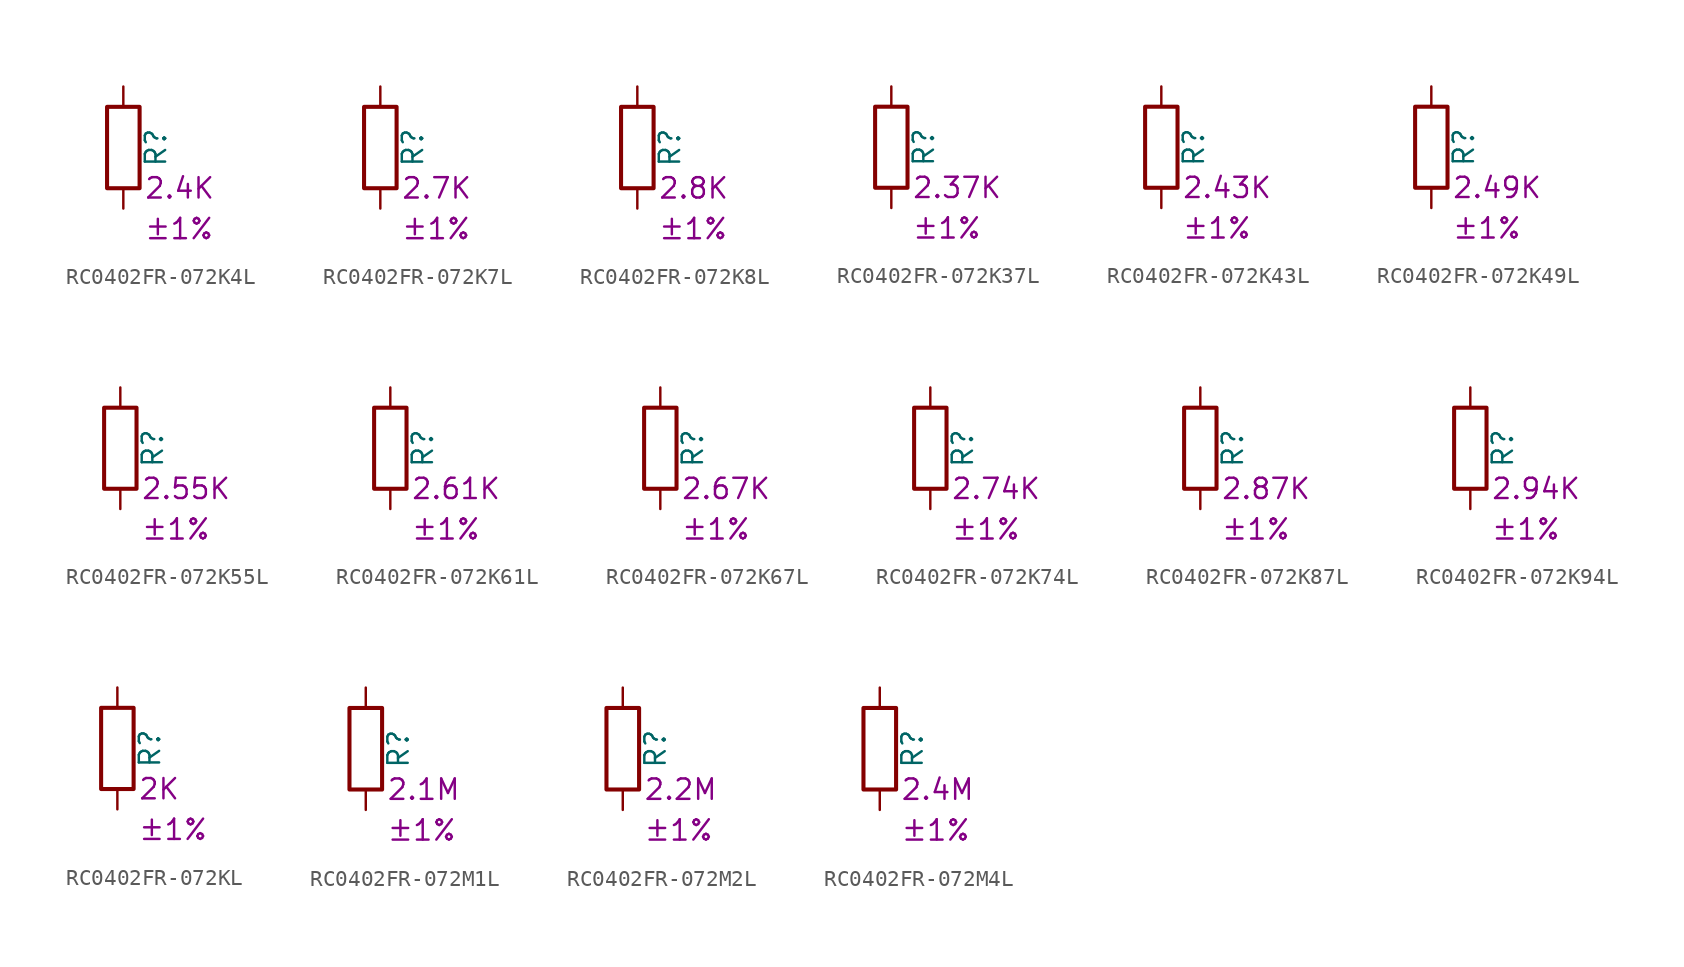
<source format=kicad_sym>
(kicad_symbol_lib
  (version 20220914)
  (generator kicad_symbol_editor)
  (symbol "RC0402FR-072K4L"
    (pin_numbers hide)
    (pin_names
      (offset 0))
    (property "Reference" "R"
      (at 2.032 0 90)
      (effects (font (size 1.27 1.27))))
    (property "Resistance" "2.4K"
      (at 1.27 -2.54 0)
      (effects (font (size 1.27 1.27)) (justify left)))
    (property "Tolerance" "±1%"
      (at 1.27 -5.08 0)
      (effects (font (size 1.27 1.27)) (justify left)))
    (symbol "RC0402FR-072K4L_0_1"
      (rectangle (start -1.016 -2.54) (end 1.016 2.54) (stroke (width 0.254) (type default)) (fill (type none))))
    (symbol "RC0402FR-072K4L_1_1"
      (pin passive line (at 0 3.81 270) (length 1.27) (name "~" (effects (font (size 1.27 1.27)))) (number "1" (effects (font (size 1.27 1.27)))))
      (pin passive line (at 0 -3.81 90) (length 1.27) (name "~" (effects (font (size 1.27 1.27)))) (number "2" (effects (font (size 1.27 1.27)))))))
  (symbol "RC0402FR-072K7L"
    (pin_numbers hide)
    (pin_names
      (offset 0))
    (property "Reference" "R"
      (at 2.032 0 90)
      (effects (font (size 1.27 1.27))))
    (property "Resistance" "2.7K"
      (at 1.27 -2.54 0)
      (effects (font (size 1.27 1.27)) (justify left)))
    (property "Tolerance" "±1%"
      (at 1.27 -5.08 0)
      (effects (font (size 1.27 1.27)) (justify left)))
    (symbol "RC0402FR-072K7L_0_1"
      (rectangle (start -1.016 -2.54) (end 1.016 2.54) (stroke (width 0.254) (type default)) (fill (type none))))
    (symbol "RC0402FR-072K7L_1_1"
      (pin passive line (at 0 3.81 270) (length 1.27) (name "~" (effects (font (size 1.27 1.27)))) (number "1" (effects (font (size 1.27 1.27)))))
      (pin passive line (at 0 -3.81 90) (length 1.27) (name "~" (effects (font (size 1.27 1.27)))) (number "2" (effects (font (size 1.27 1.27)))))))
  (symbol "RC0402FR-072K8L"
    (pin_numbers hide)
    (pin_names
      (offset 0))
    (property "Reference" "R"
      (at 2.032 0 90)
      (effects (font (size 1.27 1.27))))
    (property "Resistance" "2.8K"
      (at 1.27 -2.54 0)
      (effects (font (size 1.27 1.27)) (justify left)))
    (property "Tolerance" "±1%"
      (at 1.27 -5.08 0)
      (effects (font (size 1.27 1.27)) (justify left)))
    (symbol "RC0402FR-072K8L_0_1"
      (rectangle (start -1.016 -2.54) (end 1.016 2.54) (stroke (width 0.254) (type default)) (fill (type none))))
    (symbol "RC0402FR-072K8L_1_1"
      (pin passive line (at 0 3.81 270) (length 1.27) (name "~" (effects (font (size 1.27 1.27)))) (number "1" (effects (font (size 1.27 1.27)))))
      (pin passive line (at 0 -3.81 90) (length 1.27) (name "~" (effects (font (size 1.27 1.27)))) (number "2" (effects (font (size 1.27 1.27)))))))
  (symbol "RC0402FR-072K37L"
    (pin_numbers hide)
    (pin_names
      (offset 0))
    (property "Reference" "R"
      (at 2.032 0 90)
      (effects (font (size 1.27 1.27))))
    (property "Resistance" "2.37K"
      (at 1.27 -2.54 0)
      (effects (font (size 1.27 1.27)) (justify left)))
    (property "Tolerance" "±1%"
      (at 1.27 -5.08 0)
      (effects (font (size 1.27 1.27)) (justify left)))
    (symbol "RC0402FR-072K37L_0_1"
      (rectangle (start -1.016 -2.54) (end 1.016 2.54) (stroke (width 0.254) (type default)) (fill (type none))))
    (symbol "RC0402FR-072K37L_1_1"
      (pin passive line (at 0 3.81 270) (length 1.27) (name "~" (effects (font (size 1.27 1.27)))) (number "1" (effects (font (size 1.27 1.27)))))
      (pin passive line (at 0 -3.81 90) (length 1.27) (name "~" (effects (font (size 1.27 1.27)))) (number "2" (effects (font (size 1.27 1.27)))))))
  (symbol "RC0402FR-072K43L"
    (pin_numbers hide)
    (pin_names
      (offset 0))
    (property "Reference" "R"
      (at 2.032 0 90)
      (effects (font (size 1.27 1.27))))
    (property "Resistance" "2.43K"
      (at 1.27 -2.54 0)
      (effects (font (size 1.27 1.27)) (justify left)))
    (property "Tolerance" "±1%"
      (at 1.27 -5.08 0)
      (effects (font (size 1.27 1.27)) (justify left)))
    (symbol "RC0402FR-072K43L_0_1"
      (rectangle (start -1.016 -2.54) (end 1.016 2.54) (stroke (width 0.254) (type default)) (fill (type none))))
    (symbol "RC0402FR-072K43L_1_1"
      (pin passive line (at 0 3.81 270) (length 1.27) (name "~" (effects (font (size 1.27 1.27)))) (number "1" (effects (font (size 1.27 1.27)))))
      (pin passive line (at 0 -3.81 90) (length 1.27) (name "~" (effects (font (size 1.27 1.27)))) (number "2" (effects (font (size 1.27 1.27)))))))
  (symbol "RC0402FR-072K49L"
    (pin_numbers hide)
    (pin_names
      (offset 0))
    (property "Reference" "R"
      (at 2.032 0 90)
      (effects (font (size 1.27 1.27))))
    (property "Resistance" "2.49K"
      (at 1.27 -2.54 0)
      (effects (font (size 1.27 1.27)) (justify left)))
    (property "Tolerance" "±1%"
      (at 1.27 -5.08 0)
      (effects (font (size 1.27 1.27)) (justify left)))
    (symbol "RC0402FR-072K49L_0_1"
      (rectangle (start -1.016 -2.54) (end 1.016 2.54) (stroke (width 0.254) (type default)) (fill (type none))))
    (symbol "RC0402FR-072K49L_1_1"
      (pin passive line (at 0 3.81 270) (length 1.27) (name "~" (effects (font (size 1.27 1.27)))) (number "1" (effects (font (size 1.27 1.27)))))
      (pin passive line (at 0 -3.81 90) (length 1.27) (name "~" (effects (font (size 1.27 1.27)))) (number "2" (effects (font (size 1.27 1.27)))))))
  (symbol "RC0402FR-072K55L"
    (pin_numbers hide)
    (pin_names
      (offset 0))
    (property "Reference" "R"
      (at 2.032 0 90)
      (effects (font (size 1.27 1.27))))
    (property "Resistance" "2.55K"
      (at 1.27 -2.54 0)
      (effects (font (size 1.27 1.27)) (justify left)))
    (property "Tolerance" "±1%"
      (at 1.27 -5.08 0)
      (effects (font (size 1.27 1.27)) (justify left)))
    (symbol "RC0402FR-072K55L_0_1"
      (rectangle (start -1.016 -2.54) (end 1.016 2.54) (stroke (width 0.254) (type default)) (fill (type none))))
    (symbol "RC0402FR-072K55L_1_1"
      (pin passive line (at 0 3.81 270) (length 1.27) (name "~" (effects (font (size 1.27 1.27)))) (number "1" (effects (font (size 1.27 1.27)))))
      (pin passive line (at 0 -3.81 90) (length 1.27) (name "~" (effects (font (size 1.27 1.27)))) (number "2" (effects (font (size 1.27 1.27)))))))
  (symbol "RC0402FR-072K61L"
    (pin_numbers hide)
    (pin_names
      (offset 0))
    (property "Reference" "R"
      (at 2.032 0 90)
      (effects (font (size 1.27 1.27))))
    (property "Resistance" "2.61K"
      (at 1.27 -2.54 0)
      (effects (font (size 1.27 1.27)) (justify left)))
    (property "Tolerance" "±1%"
      (at 1.27 -5.08 0)
      (effects (font (size 1.27 1.27)) (justify left)))
    (symbol "RC0402FR-072K61L_0_1"
      (rectangle (start -1.016 -2.54) (end 1.016 2.54) (stroke (width 0.254) (type default)) (fill (type none))))
    (symbol "RC0402FR-072K61L_1_1"
      (pin passive line (at 0 3.81 270) (length 1.27) (name "~" (effects (font (size 1.27 1.27)))) (number "1" (effects (font (size 1.27 1.27)))))
      (pin passive line (at 0 -3.81 90) (length 1.27) (name "~" (effects (font (size 1.27 1.27)))) (number "2" (effects (font (size 1.27 1.27)))))))
  (symbol "RC0402FR-072K67L"
    (pin_numbers hide)
    (pin_names
      (offset 0))
    (property "Reference" "R"
      (at 2.032 0 90)
      (effects (font (size 1.27 1.27))))
    (property "Resistance" "2.67K"
      (at 1.27 -2.54 0)
      (effects (font (size 1.27 1.27)) (justify left)))
    (property "Tolerance" "±1%"
      (at 1.27 -5.08 0)
      (effects (font (size 1.27 1.27)) (justify left)))
    (symbol "RC0402FR-072K67L_0_1"
      (rectangle (start -1.016 -2.54) (end 1.016 2.54) (stroke (width 0.254) (type default)) (fill (type none))))
    (symbol "RC0402FR-072K67L_1_1"
      (pin passive line (at 0 3.81 270) (length 1.27) (name "~" (effects (font (size 1.27 1.27)))) (number "1" (effects (font (size 1.27 1.27)))))
      (pin passive line (at 0 -3.81 90) (length 1.27) (name "~" (effects (font (size 1.27 1.27)))) (number "2" (effects (font (size 1.27 1.27)))))))
  (symbol "RC0402FR-072K74L"
    (pin_numbers hide)
    (pin_names
      (offset 0))
    (property "Reference" "R"
      (at 2.032 0 90)
      (effects (font (size 1.27 1.27))))
    (property "Resistance" "2.74K"
      (at 1.27 -2.54 0)
      (effects (font (size 1.27 1.27)) (justify left)))
    (property "Tolerance" "±1%"
      (at 1.27 -5.08 0)
      (effects (font (size 1.27 1.27)) (justify left)))
    (symbol "RC0402FR-072K74L_0_1"
      (rectangle (start -1.016 -2.54) (end 1.016 2.54) (stroke (width 0.254) (type default)) (fill (type none))))
    (symbol "RC0402FR-072K74L_1_1"
      (pin passive line (at 0 3.81 270) (length 1.27) (name "~" (effects (font (size 1.27 1.27)))) (number "1" (effects (font (size 1.27 1.27)))))
      (pin passive line (at 0 -3.81 90) (length 1.27) (name "~" (effects (font (size 1.27 1.27)))) (number "2" (effects (font (size 1.27 1.27)))))))
  (symbol "RC0402FR-072K87L"
    (pin_numbers hide)
    (pin_names
      (offset 0))
    (property "Reference" "R"
      (at 2.032 0 90)
      (effects (font (size 1.27 1.27))))
    (property "Resistance" "2.87K"
      (at 1.27 -2.54 0)
      (effects (font (size 1.27 1.27)) (justify left)))
    (property "Tolerance" "±1%"
      (at 1.27 -5.08 0)
      (effects (font (size 1.27 1.27)) (justify left)))
    (symbol "RC0402FR-072K87L_0_1"
      (rectangle (start -1.016 -2.54) (end 1.016 2.54) (stroke (width 0.254) (type default)) (fill (type none))))
    (symbol "RC0402FR-072K87L_1_1"
      (pin passive line (at 0 3.81 270) (length 1.27) (name "~" (effects (font (size 1.27 1.27)))) (number "1" (effects (font (size 1.27 1.27)))))
      (pin passive line (at 0 -3.81 90) (length 1.27) (name "~" (effects (font (size 1.27 1.27)))) (number "2" (effects (font (size 1.27 1.27)))))))
  (symbol "RC0402FR-072K94L"
    (pin_numbers hide)
    (pin_names
      (offset 0))
    (property "Reference" "R"
      (at 2.032 0 90)
      (effects (font (size 1.27 1.27))))
    (property "Resistance" "2.94K"
      (at 1.27 -2.54 0)
      (effects (font (size 1.27 1.27)) (justify left)))
    (property "Tolerance" "±1%"
      (at 1.27 -5.08 0)
      (effects (font (size 1.27 1.27)) (justify left)))
    (symbol "RC0402FR-072K94L_0_1"
      (rectangle (start -1.016 -2.54) (end 1.016 2.54) (stroke (width 0.254) (type default)) (fill (type none))))
    (symbol "RC0402FR-072K94L_1_1"
      (pin passive line (at 0 3.81 270) (length 1.27) (name "~" (effects (font (size 1.27 1.27)))) (number "1" (effects (font (size 1.27 1.27)))))
      (pin passive line (at 0 -3.81 90) (length 1.27) (name "~" (effects (font (size 1.27 1.27)))) (number "2" (effects (font (size 1.27 1.27)))))))
  (symbol "RC0402FR-072KL"
    (pin_numbers hide)
    (pin_names
      (offset 0))
    (property "Reference" "R"
      (at 2.032 0 90)
      (effects (font (size 1.27 1.27))))
    (property "Resistance" "2K"
      (at 1.27 -2.54 0)
      (effects (font (size 1.27 1.27)) (justify left)))
    (property "Tolerance" "±1%"
      (at 1.27 -5.08 0)
      (effects (font (size 1.27 1.27)) (justify left)))
    (symbol "RC0402FR-072KL_0_1"
      (rectangle (start -1.016 -2.54) (end 1.016 2.54) (stroke (width 0.254) (type default)) (fill (type none))))
    (symbol "RC0402FR-072KL_1_1"
      (pin passive line (at 0 3.81 270) (length 1.27) (name "~" (effects (font (size 1.27 1.27)))) (number "1" (effects (font (size 1.27 1.27)))))
      (pin passive line (at 0 -3.81 90) (length 1.27) (name "~" (effects (font (size 1.27 1.27)))) (number "2" (effects (font (size 1.27 1.27)))))))
  (symbol "RC0402FR-072M1L"
    (pin_numbers hide)
    (pin_names
      (offset 0))
    (property "Reference" "R"
      (at 2.032 0 90)
      (effects (font (size 1.27 1.27))))
    (property "Resistance" "2.1M"
      (at 1.27 -2.54 0)
      (effects (font (size 1.27 1.27)) (justify left)))
    (property "Tolerance" "±1%"
      (at 1.27 -5.08 0)
      (effects (font (size 1.27 1.27)) (justify left)))
    (symbol "RC0402FR-072M1L_0_1"
      (rectangle (start -1.016 -2.54) (end 1.016 2.54) (stroke (width 0.254) (type default)) (fill (type none))))
    (symbol "RC0402FR-072M1L_1_1"
      (pin passive line (at 0 3.81 270) (length 1.27) (name "~" (effects (font (size 1.27 1.27)))) (number "1" (effects (font (size 1.27 1.27)))))
      (pin passive line (at 0 -3.81 90) (length 1.27) (name "~" (effects (font (size 1.27 1.27)))) (number "2" (effects (font (size 1.27 1.27)))))))
  (symbol "RC0402FR-072M2L"
    (pin_numbers hide)
    (pin_names
      (offset 0))
    (property "Reference" "R"
      (at 2.032 0 90)
      (effects (font (size 1.27 1.27))))
    (property "Resistance" "2.2M"
      (at 1.27 -2.54 0)
      (effects (font (size 1.27 1.27)) (justify left)))
    (property "Tolerance" "±1%"
      (at 1.27 -5.08 0)
      (effects (font (size 1.27 1.27)) (justify left)))
    (symbol "RC0402FR-072M2L_0_1"
      (rectangle (start -1.016 -2.54) (end 1.016 2.54) (stroke (width 0.254) (type default)) (fill (type none))))
    (symbol "RC0402FR-072M2L_1_1"
      (pin passive line (at 0 3.81 270) (length 1.27) (name "~" (effects (font (size 1.27 1.27)))) (number "1" (effects (font (size 1.27 1.27)))))
      (pin passive line (at 0 -3.81 90) (length 1.27) (name "~" (effects (font (size 1.27 1.27)))) (number "2" (effects (font (size 1.27 1.27)))))))
  (symbol "RC0402FR-072M4L"
    (pin_numbers hide)
    (pin_names
      (offset 0))
    (property "Reference" "R"
      (at 2.032 0 90)
      (effects (font (size 1.27 1.27))))
    (property "Resistance" "2.4M"
      (at 1.27 -2.54 0)
      (effects (font (size 1.27 1.27)) (justify left)))
    (property "Tolerance" "±1%"
      (at 1.27 -5.08 0)
      (effects (font (size 1.27 1.27)) (justify left)))
    (symbol "RC0402FR-072M4L_0_1"
      (rectangle (start -1.016 -2.54) (end 1.016 2.54) (stroke (width 0.254) (type default)) (fill (type none))))
    (symbol "RC0402FR-072M4L_1_1"
      (pin passive line (at 0 3.81 270) (length 1.27) (name "~" (effects (font (size 1.27 1.27)))) (number "1" (effects (font (size 1.27 1.27)))))
      (pin passive line (at 0 -3.81 90) (length 1.27) (name "~" (effects (font (size 1.27 1.27)))) (number "2" (effects (font (size 1.27 1.27))))))))
</source>
